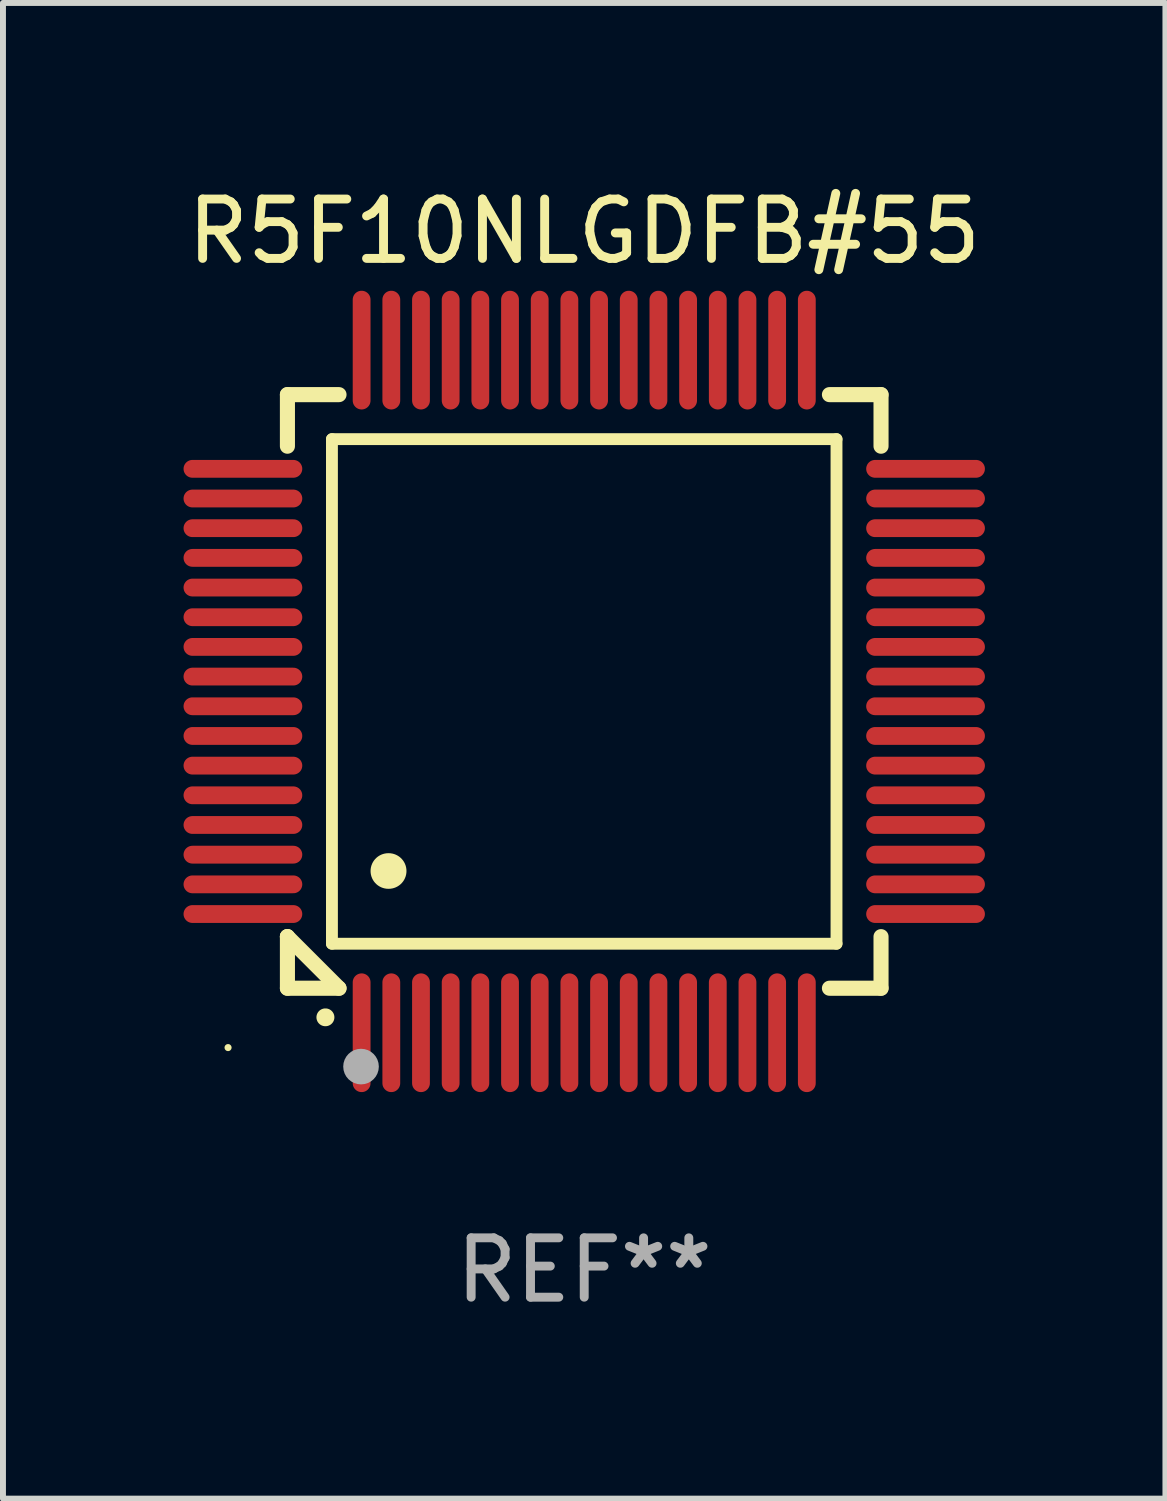
<source format=kicad_pcb>
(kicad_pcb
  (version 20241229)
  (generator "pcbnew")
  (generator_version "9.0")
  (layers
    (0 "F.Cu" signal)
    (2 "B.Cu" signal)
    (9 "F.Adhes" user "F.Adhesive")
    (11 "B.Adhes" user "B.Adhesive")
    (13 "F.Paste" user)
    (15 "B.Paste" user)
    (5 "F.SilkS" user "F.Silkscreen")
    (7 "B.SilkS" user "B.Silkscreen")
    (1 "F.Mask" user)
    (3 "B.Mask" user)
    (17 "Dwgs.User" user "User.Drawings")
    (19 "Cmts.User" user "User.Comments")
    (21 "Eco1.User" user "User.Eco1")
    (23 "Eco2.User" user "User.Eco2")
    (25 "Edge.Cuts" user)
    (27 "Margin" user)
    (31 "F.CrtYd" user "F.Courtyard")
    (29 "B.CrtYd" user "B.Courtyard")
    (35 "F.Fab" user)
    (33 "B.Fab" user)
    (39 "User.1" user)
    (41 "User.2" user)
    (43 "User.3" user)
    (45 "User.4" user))
  (footprint "R5F10NLGDFB#55"
    (layer "F.Cu")
    (at 6.792 8.598)
    (property "Reference" "R5F10NLGDFB#55" (at 0 -7.75 0) (layer "F.SilkS") (effects (font (size 1 1) (thickness 0.15))))
    (attr through_hole)
    (fp_line (start -5 -5) (end -4.131 -5) (stroke (width 0.254) (type solid)) (layer "F.SilkS"))
    (fp_line (start -5 -4.131) (end -5 -5) (stroke (width 0.254) (type solid)) (layer "F.SilkS"))
    (fp_line (start -5 4.131) (end -5 4.131) (stroke (width 0.254) (type solid)) (layer "F.SilkS"))
    (fp_line (start -5 5) (end -5 4.131) (stroke (width 0.254) (type solid)) (layer "F.SilkS"))
    (fp_line (start -5 4.131) (end -4.131 5) (stroke (width 0.254) (type solid)) (layer "F.SilkS"))
    (fp_line (start -4.25 -4.25) (end -4.25 4.25) (stroke (width 0.2) (type solid)) (layer "F.SilkS"))
    (fp_line (start -4.25 4.25) (end 4.25 4.25) (stroke (width 0.2) (type solid)) (layer "F.SilkS"))
    (fp_line (start -4.131 5) (end -5 5) (stroke (width 0.254) (type solid)) (layer "F.SilkS"))
    (fp_line (start 4.25 -4.25) (end -4.25 -4.25) (stroke (width 0.2) (type solid)) (layer "F.SilkS"))
    (fp_line (start 4.25 4.25) (end 4.25 -4.25) (stroke (width 0.2) (type solid)) (layer "F.SilkS"))
    (fp_line (start 5 -5) (end 4.131 -5) (stroke (width 0.254) (type solid)) (layer "F.SilkS"))
    (fp_line (start 5 -5) (end 5 -4.131) (stroke (width 0.254) (type solid)) (layer "F.SilkS"))
    (fp_line (start 5 4.131) (end 5 5) (stroke (width 0.254) (type solid)) (layer "F.SilkS"))
    (fp_line (start 5 5) (end 4.131 5) (stroke (width 0.254) (type solid)) (layer "F.SilkS"))
    (fp_arc (start -4.361265 5.489992) (mid -4.359995 5.489987) (end -4.358725 5.489992) (stroke (width 0.3) (type solid)) (layer "F.SilkS"))
    (fp_arc (start -3.299467 3.025146) (mid -3.296927 3.025135) (end -3.294387 3.025146) (stroke (width 0.6) (type solid)) (layer "F.SilkS"))
    (fp_circle (center -6 6) (end -5.97 6) (stroke (width 0.06) (type solid)) (fill no) (layer "F.SilkS"))
    (fp_circle (center -3.76 6.32) (end -3.61 6.32) (stroke (width 0.3) (type solid)) (fill no) (layer "F.Fab"))
    (fp_text user "REF**" (at 0 9.75 0) (layer "F.Fab") (effects (font (size 1 1) (thickness 0.15))))
    (pad "1" smd oval (at -3.75 5.75) (size 0.3 2) (layers "F.Cu" "F.Mask" "F.Paste"))
    (pad "2" smd oval (at -3.25 5.75) (size 0.3 2) (layers "F.Cu" "F.Mask" "F.Paste"))
    (pad "3" smd oval (at -2.75 5.75) (size 0.3 2) (layers "F.Cu" "F.Mask" "F.Paste"))
    (pad "4" smd oval (at -2.25 5.75) (size 0.3 2) (layers "F.Cu" "F.Mask" "F.Paste"))
    (pad "5" smd oval (at -1.75 5.75) (size 0.3 2) (layers "F.Cu" "F.Mask" "F.Paste"))
    (pad "6" smd oval (at -1.25 5.75) (size 0.3 2) (layers "F.Cu" "F.Mask" "F.Paste"))
    (pad "7" smd oval (at -0.75 5.75) (size 0.3 2) (layers "F.Cu" "F.Mask" "F.Paste"))
    (pad "8" smd oval (at -0.25 5.75) (size 0.3 2) (layers "F.Cu" "F.Mask" "F.Paste"))
    (pad "9" smd oval (at 0.25 5.75) (size 0.3 2) (layers "F.Cu" "F.Mask" "F.Paste"))
    (pad "10" smd oval (at 0.75 5.75) (size 0.3 2) (layers "F.Cu" "F.Mask" "F.Paste"))
    (pad "11" smd oval (at 1.25 5.75) (size 0.3 2) (layers "F.Cu" "F.Mask" "F.Paste"))
    (pad "12" smd oval (at 1.75 5.75) (size 0.3 2) (layers "F.Cu" "F.Mask" "F.Paste"))
    (pad "13" smd oval (at 2.25 5.75) (size 0.3 2) (layers "F.Cu" "F.Mask" "F.Paste"))
    (pad "14" smd oval (at 2.75 5.75) (size 0.3 2) (layers "F.Cu" "F.Mask" "F.Paste"))
    (pad "15" smd oval (at 3.25 5.75) (size 0.3 2) (layers "F.Cu" "F.Mask" "F.Paste"))
    (pad "16" smd oval (at 3.75 5.75) (size 0.3 2) (layers "F.Cu" "F.Mask" "F.Paste"))
    (pad "17" smd oval (at 5.75 3.75) (size 2 0.3) (layers "F.Cu" "F.Mask" "F.Paste"))
    (pad "18" smd oval (at 5.75 3.25) (size 2 0.3) (layers "F.Cu" "F.Mask" "F.Paste"))
    (pad "19" smd oval (at 5.75 2.75) (size 2 0.3) (layers "F.Cu" "F.Mask" "F.Paste"))
    (pad "20" smd oval (at 5.75 2.25) (size 2 0.3) (layers "F.Cu" "F.Mask" "F.Paste"))
    (pad "21" smd oval (at 5.75 1.75) (size 2 0.3) (layers "F.Cu" "F.Mask" "F.Paste"))
    (pad "22" smd oval (at 5.75 1.25) (size 2 0.3) (layers "F.Cu" "F.Mask" "F.Paste"))
    (pad "23" smd oval (at 5.75 0.75) (size 2 0.3) (layers "F.Cu" "F.Mask" "F.Paste"))
    (pad "24" smd oval (at 5.75 0.25) (size 2 0.3) (layers "F.Cu" "F.Mask" "F.Paste"))
    (pad "25" smd oval (at 5.75 -0.25) (size 2 0.3) (layers "F.Cu" "F.Mask" "F.Paste"))
    (pad "26" smd oval (at 5.75 -0.75) (size 2 0.3) (layers "F.Cu" "F.Mask" "F.Paste"))
    (pad "27" smd oval (at 5.75 -1.25) (size 2 0.3) (layers "F.Cu" "F.Mask" "F.Paste"))
    (pad "28" smd oval (at 5.75 -1.75) (size 2 0.3) (layers "F.Cu" "F.Mask" "F.Paste"))
    (pad "29" smd oval (at 5.75 -2.25) (size 2 0.3) (layers "F.Cu" "F.Mask" "F.Paste"))
    (pad "30" smd oval (at 5.75 -2.75) (size 2 0.3) (layers "F.Cu" "F.Mask" "F.Paste"))
    (pad "31" smd oval (at 5.75 -3.25) (size 2 0.3) (layers "F.Cu" "F.Mask" "F.Paste"))
    (pad "32" smd oval (at 5.75 -3.75) (size 2 0.3) (layers "F.Cu" "F.Mask" "F.Paste"))
    (pad "33" smd oval (at 3.75 -5.75) (size 0.3 2) (layers "F.Cu" "F.Mask" "F.Paste"))
    (pad "34" smd oval (at 3.25 -5.75) (size 0.3 2) (layers "F.Cu" "F.Mask" "F.Paste"))
    (pad "35" smd oval (at 2.75 -5.75) (size 0.3 2) (layers "F.Cu" "F.Mask" "F.Paste"))
    (pad "36" smd oval (at 2.25 -5.75) (size 0.3 2) (layers "F.Cu" "F.Mask" "F.Paste"))
    (pad "37" smd oval (at 1.75 -5.75) (size 0.3 2) (layers "F.Cu" "F.Mask" "F.Paste"))
    (pad "38" smd oval (at 1.25 -5.75) (size 0.3 2) (layers "F.Cu" "F.Mask" "F.Paste"))
    (pad "39" smd oval (at 0.75 -5.75) (size 0.3 2) (layers "F.Cu" "F.Mask" "F.Paste"))
    (pad "40" smd oval (at 0.25 -5.75) (size 0.3 2) (layers "F.Cu" "F.Mask" "F.Paste"))
    (pad "41" smd oval (at -0.25 -5.75) (size 0.3 2) (layers "F.Cu" "F.Mask" "F.Paste"))
    (pad "42" smd oval (at -0.75 -5.75) (size 0.3 2) (layers "F.Cu" "F.Mask" "F.Paste"))
    (pad "43" smd oval (at -1.25 -5.75) (size 0.3 2) (layers "F.Cu" "F.Mask" "F.Paste"))
    (pad "44" smd oval (at -1.75 -5.75) (size 0.3 2) (layers "F.Cu" "F.Mask" "F.Paste"))
    (pad "45" smd oval (at -2.25 -5.75) (size 0.3 2) (layers "F.Cu" "F.Mask" "F.Paste"))
    (pad "46" smd oval (at -2.75 -5.75) (size 0.3 2) (layers "F.Cu" "F.Mask" "F.Paste"))
    (pad "47" smd oval (at -3.25 -5.75) (size 0.3 2) (layers "F.Cu" "F.Mask" "F.Paste"))
    (pad "48" smd oval (at -3.75 -5.75) (size 0.3 2) (layers "F.Cu" "F.Mask" "F.Paste"))
    (pad "49" smd oval (at -5.75 -3.75) (size 2 0.3) (layers "F.Cu" "F.Mask" "F.Paste"))
    (pad "50" smd oval (at -5.75 -3.25) (size 2 0.3) (layers "F.Cu" "F.Mask" "F.Paste"))
    (pad "51" smd oval (at -5.75 -2.75) (size 2 0.3) (layers "F.Cu" "F.Mask" "F.Paste"))
    (pad "52" smd oval (at -5.75 -2.25) (size 2 0.3) (layers "F.Cu" "F.Mask" "F.Paste"))
    (pad "53" smd oval (at -5.75 -1.75) (size 2 0.3) (layers "F.Cu" "F.Mask" "F.Paste"))
    (pad "54" smd oval (at -5.75 -1.25) (size 2 0.3) (layers "F.Cu" "F.Mask" "F.Paste"))
    (pad "55" smd oval (at -5.75 -0.75) (size 2 0.3) (layers "F.Cu" "F.Mask" "F.Paste"))
    (pad "56" smd oval (at -5.75 -0.25) (size 2 0.3) (layers "F.Cu" "F.Mask" "F.Paste"))
    (pad "57" smd oval (at -5.75 0.25) (size 2 0.3) (layers "F.Cu" "F.Mask" "F.Paste"))
    (pad "58" smd oval (at -5.75 0.75) (size 2 0.3) (layers "F.Cu" "F.Mask" "F.Paste"))
    (pad "59" smd oval (at -5.75 1.25) (size 2 0.3) (layers "F.Cu" "F.Mask" "F.Paste"))
    (pad "60" smd oval (at -5.75 1.75) (size 2 0.3) (layers "F.Cu" "F.Mask" "F.Paste"))
    (pad "61" smd oval (at -5.75 2.25) (size 2 0.3) (layers "F.Cu" "F.Mask" "F.Paste"))
    (pad "62" smd oval (at -5.75 2.75) (size 2 0.3) (layers "F.Cu" "F.Mask" "F.Paste"))
    (pad "63" smd oval (at -5.75 3.25) (size 2 0.3) (layers "F.Cu" "F.Mask" "F.Paste"))
    (pad "64" smd oval (at -5.75 3.75) (size 2 0.3) (layers "F.Cu" "F.Mask" "F.Paste")))
  (gr_rect
    (start -3 -3)
    (end 16.583 22.196)
    (stroke (width 0.1) (type default))
    (fill no)
    (layer "Edge.Cuts")))
</source>
